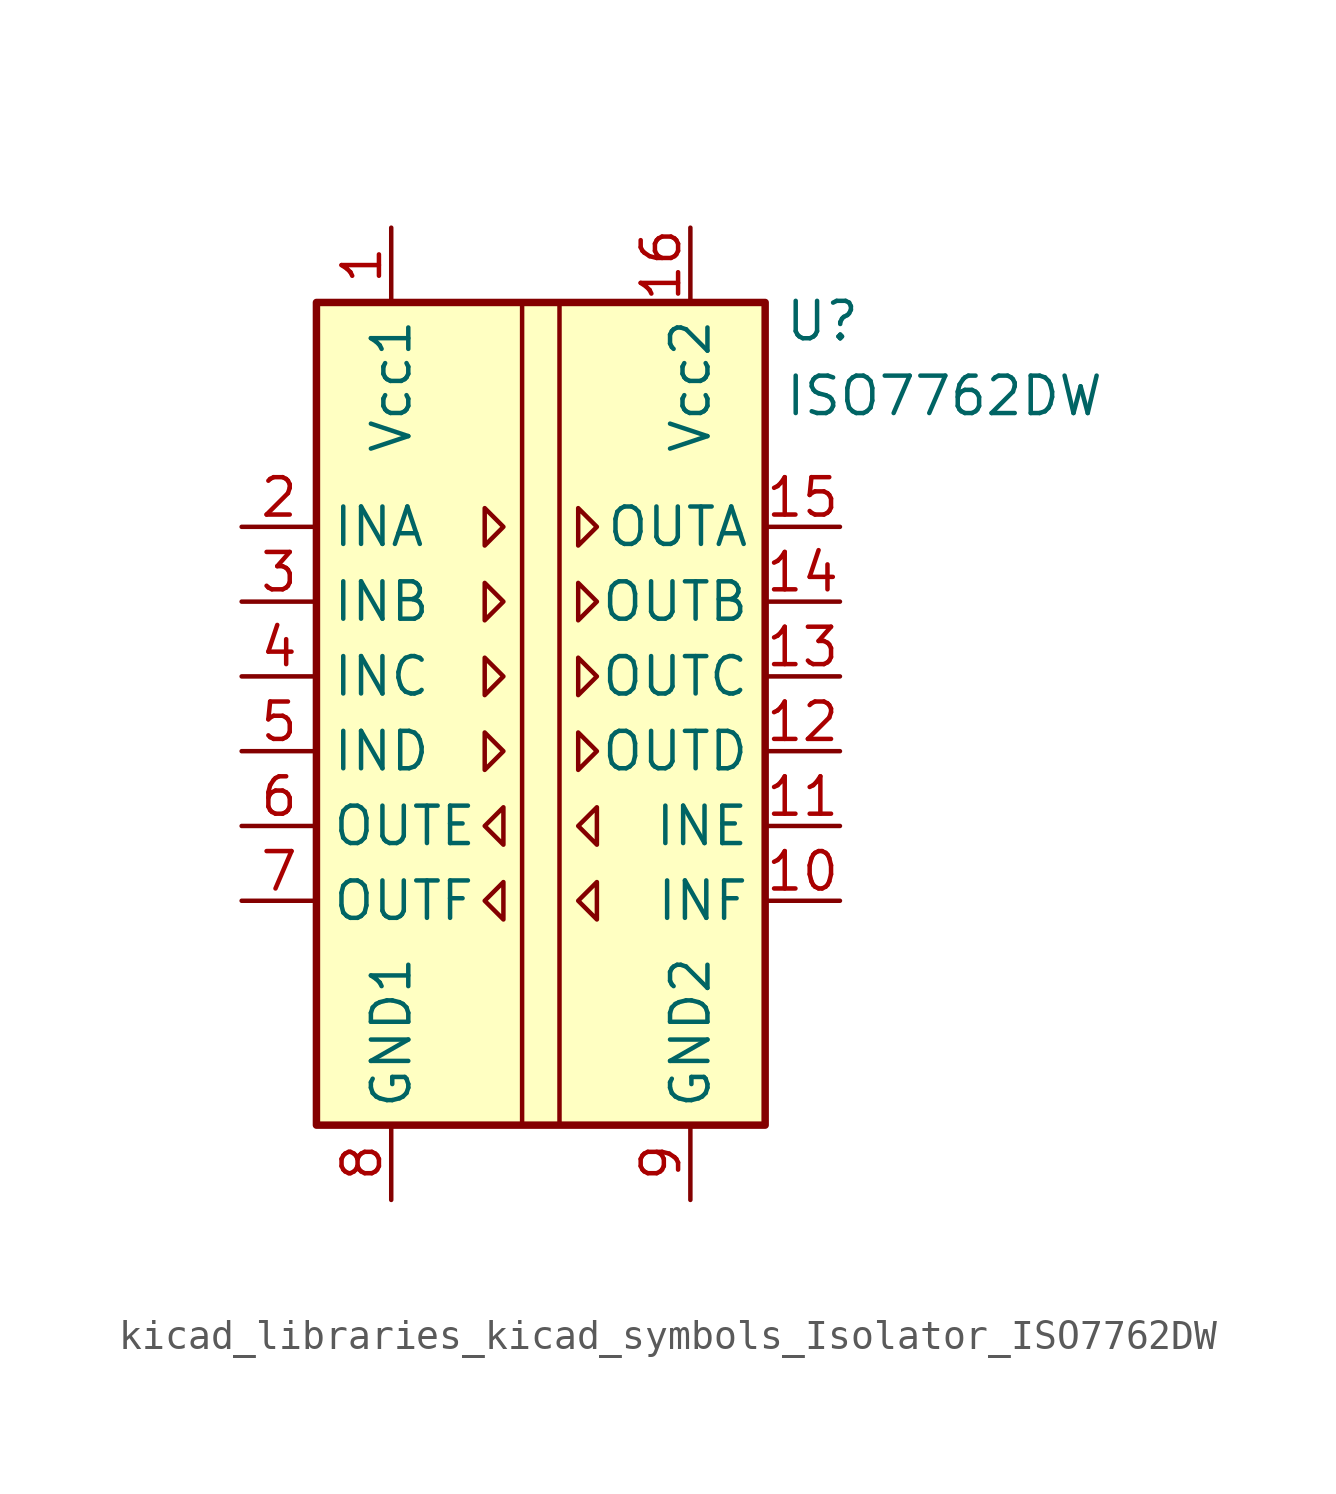
<source format=kicad_sym>
(kicad_symbol_lib
  (version 20220914)
  (generator kicad_symbol_editor)
  (symbol "kicad_libraries_kicad_symbols_Isolator_ISO7762DW"
    (property "Reference" "U"
      (at 8.255 14.605 0)
      (effects (font (size 1.27 1.27)) (justify left)))
    (property "Value" "ISO7762DW"
      (at 8.255 12.065 0)
      (effects (font (size 1.27 1.27)) (justify left)))
    (symbol "kicad_libraries_kicad_symbols_Isolator_ISO7762DW_0_1"
      (rectangle (start -7.62 15.24) (end 7.62 -12.7) (stroke (width 0.254) (type default)) (fill (type background)))
      (polyline (pts (xy -0.635 15.24) (xy -0.635 -12.7)) (stroke (width 0) (type default)) (fill (type none)))
      (polyline (pts (xy 0.635 15.24) (xy 0.635 -12.7)) (stroke (width 0) (type default)) (fill (type none)))
      (polyline (pts (xy -1.905 8.255) (xy -1.27 7.62) (xy -1.905 6.985) (xy -1.905 8.255)) (stroke (width 0) (type default)) (fill (type none)))
      (polyline (pts (xy 1.27 8.255) (xy 1.905 7.62) (xy 1.27 6.985) (xy 1.27 8.255)) (stroke (width 0) (type default)) (fill (type none))))
    (symbol "kicad_libraries_kicad_symbols_Isolator_ISO7762DW_1_1"
      (polyline (pts (xy -1.905 0.635) (xy -1.27 0) (xy -1.905 -0.635) (xy -1.905 0.635)) (stroke (width 0) (type default)) (fill (type none)))
      (polyline (pts (xy -1.905 3.175) (xy -1.27 2.54) (xy -1.905 1.905) (xy -1.905 3.175)) (stroke (width 0) (type default)) (fill (type none)))
      (polyline (pts (xy -1.905 5.715) (xy -1.27 5.08) (xy -1.905 4.445) (xy -1.905 5.715)) (stroke (width 0) (type default)) (fill (type none)))
      (polyline (pts (xy -1.27 -4.445) (xy -1.905 -5.08) (xy -1.27 -5.715) (xy -1.27 -4.445)) (stroke (width 0) (type default)) (fill (type none)))
      (polyline (pts (xy -1.27 -1.905) (xy -1.905 -2.54) (xy -1.27 -3.175) (xy -1.27 -1.905)) (stroke (width 0) (type default)) (fill (type none)))
      (polyline (pts (xy 1.27 0.635) (xy 1.905 0) (xy 1.27 -0.635) (xy 1.27 0.635)) (stroke (width 0) (type default)) (fill (type none)))
      (polyline (pts (xy 1.27 3.175) (xy 1.905 2.54) (xy 1.27 1.905) (xy 1.27 3.175)) (stroke (width 0) (type default)) (fill (type none)))
      (polyline (pts (xy 1.27 5.715) (xy 1.905 5.08) (xy 1.27 4.445) (xy 1.27 5.715)) (stroke (width 0) (type default)) (fill (type none)))
      (polyline (pts (xy 1.905 -4.445) (xy 1.27 -5.08) (xy 1.905 -5.715) (xy 1.905 -4.445)) (stroke (width 0) (type default)) (fill (type none)))
      (polyline (pts (xy 1.905 -1.905) (xy 1.27 -2.54) (xy 1.905 -3.175) (xy 1.905 -1.905)) (stroke (width 0) (type default)) (fill (type none)))
      (pin power_in line (at -5.08 17.78 270) (length 2.54) (name "Vcc1" (effects (font (size 1.27 1.27)))) (number "1" (effects (font (size 1.27 1.27)))))
      (pin input line (at 10.16 -5.08 180) (length 2.54) (name "INF" (effects (font (size 1.27 1.27)))) (number "10" (effects (font (size 1.27 1.27)))))
      (pin input line (at 10.16 -2.54 180) (length 2.54) (name "INE" (effects (font (size 1.27 1.27)))) (number "11" (effects (font (size 1.27 1.27)))))
      (pin output line (at 10.16 0 180) (length 2.54) (name "OUTD" (effects (font (size 1.27 1.27)))) (number "12" (effects (font (size 1.27 1.27)))))
      (pin output line (at 10.16 2.54 180) (length 2.54) (name "OUTC" (effects (font (size 1.27 1.27)))) (number "13" (effects (font (size 1.27 1.27)))))
      (pin output line (at 10.16 5.08 180) (length 2.54) (name "OUTB" (effects (font (size 1.27 1.27)))) (number "14" (effects (font (size 1.27 1.27)))))
      (pin output line (at 10.16 7.62 180) (length 2.54) (name "OUTA" (effects (font (size 1.27 1.27)))) (number "15" (effects (font (size 1.27 1.27)))))
      (pin power_in line (at 5.08 17.78 270) (length 2.54) (name "Vcc2" (effects (font (size 1.27 1.27)))) (number "16" (effects (font (size 1.27 1.27)))))
      (pin input line (at -10.16 7.62 0) (length 2.54) (name "INA" (effects (font (size 1.27 1.27)))) (number "2" (effects (font (size 1.27 1.27)))))
      (pin input line (at -10.16 5.08 0) (length 2.54) (name "INB" (effects (font (size 1.27 1.27)))) (number "3" (effects (font (size 1.27 1.27)))))
      (pin input line (at -10.16 2.54 0) (length 2.54) (name "INC" (effects (font (size 1.27 1.27)))) (number "4" (effects (font (size 1.27 1.27)))))
      (pin input line (at -10.16 0 0) (length 2.54) (name "IND" (effects (font (size 1.27 1.27)))) (number "5" (effects (font (size 1.27 1.27)))))
      (pin output line (at -10.16 -2.54 0) (length 2.54) (name "OUTE" (effects (font (size 1.27 1.27)))) (number "6" (effects (font (size 1.27 1.27)))))
      (pin output line (at -10.16 -5.08 0) (length 2.54) (name "OUTF" (effects (font (size 1.27 1.27)))) (number "7" (effects (font (size 1.27 1.27)))))
      (pin power_in line (at -5.08 -15.24 90) (length 2.54) (name "GND1" (effects (font (size 1.27 1.27)))) (number "8" (effects (font (size 1.27 1.27)))))
      (pin power_in line (at 5.08 -15.24 90) (length 2.54) (name "GND2" (effects (font (size 1.27 1.27)))) (number "9" (effects (font (size 1.27 1.27))))))))
</source>
